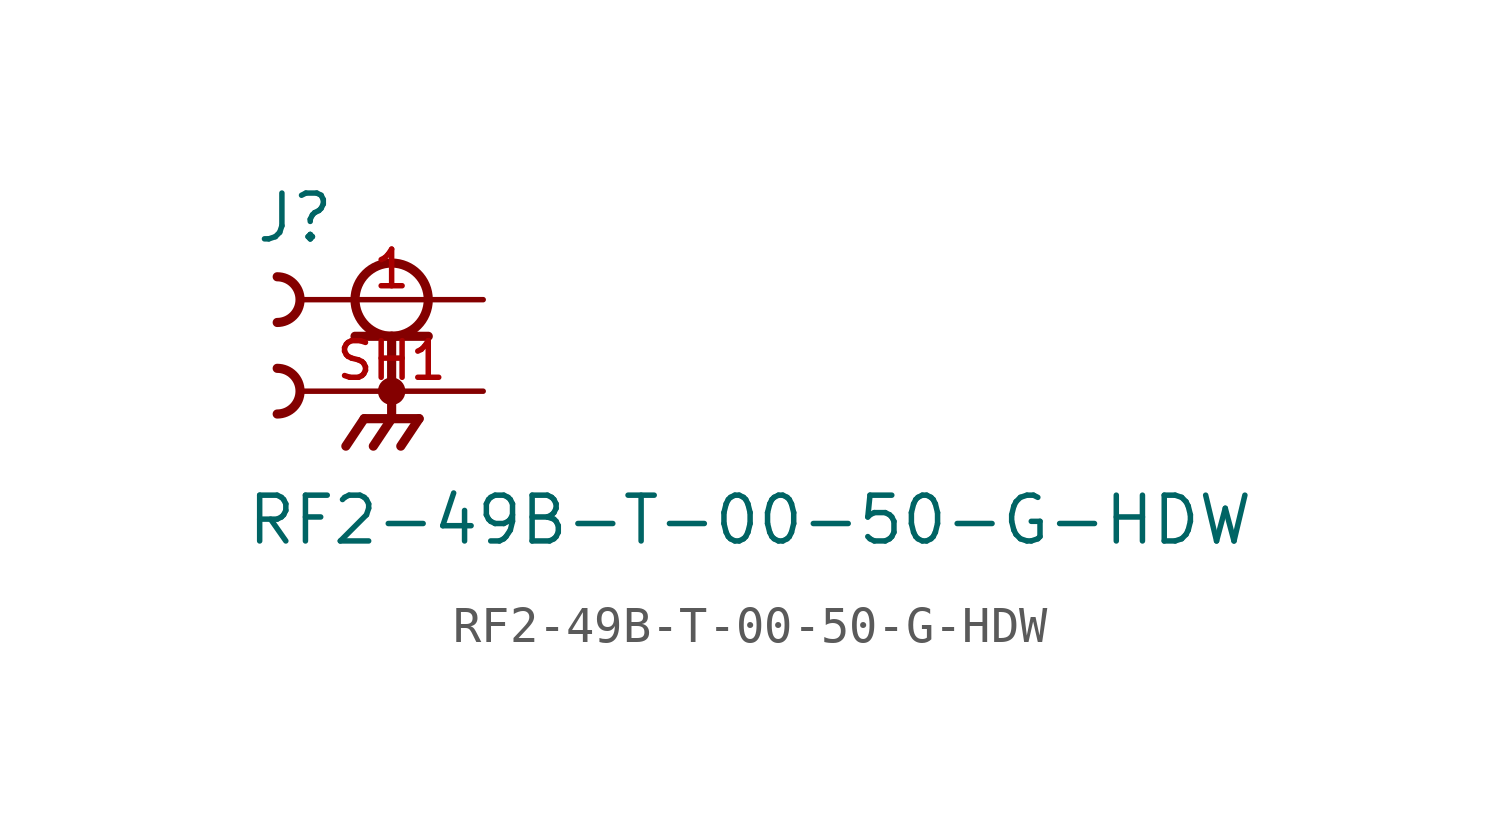
<source format=kicad_sym>
(kicad_symbol_lib
  (version 20211014)
  (generator kicad_symbol_editor)
  (symbol "RF2-49B-T-00-50-G-HDW"
    (pin_names
      (offset 1.016))
    (property "Reference" "J"
      (at -3.81 1.524 0)
      (effects (font (size 1.27 1.27)) (justify bottom left)))
    (property "Value" "RF2-49B-T-00-50-G-HDW"
      (at -4.064 -6.858 0)
      (effects (font (size 1.27 1.27)) (justify bottom left)))
    (symbol "RF2-49B-T-00-50-G-HDW_0_0"
      (circle (center 0.0 0.0) (radius 1.016) (stroke (width 0.254)) (fill (type none)))
      (polyline (pts (xy -1.016 -1.016) (xy 0.0 -1.016)) (stroke (width 0.254)))
      (polyline (pts (xy 0.0 -1.016) (xy 1.016 -1.016)) (stroke (width 0.254)))
      (polyline (pts (xy 0.0 -1.016) (xy 0.0 -3.302)) (stroke (width 0.254)))
      (circle (center 0.0 -2.54) (radius 0.254) (stroke (width 0.254)) (fill (type none)))
      (polyline (pts (xy 0.0 -3.302) (xy -0.762 -3.302)) (stroke (width 0.254)))
      (polyline (pts (xy 0.0 -3.302) (xy 0.762 -3.302)) (stroke (width 0.254)))
      (polyline (pts (xy -0.762 -3.302) (xy -1.27 -4.064)) (stroke (width 0.254)))
      (polyline (pts (xy 0.0 -3.302) (xy -0.508 -4.064)) (stroke (width 0.254)))
      (polyline (pts (xy 0.762 -3.302) (xy 0.254 -4.064)) (stroke (width 0.254)))
      (arc (start -3.175 0.635) (mid -2.54 -0.0) (end -3.175 -0.635) (stroke (width 0.254) (type default) (color 0 0 0 0)) (fill (type none)))
      (arc (start -3.175 -1.905) (mid -2.54 -2.54) (end -3.175 -3.175) (stroke (width 0.254) (type default) (color 0 0 0 0)) (fill (type none)))
      (pin passive line (at 2.54 0.0 180.0) (length 5.08) (name "~" (effects (font (size 1.016 1.016)))) (number "1" (effects (font (size 1.016 1.016)))))
      (pin passive line (at 2.54 -2.54 180.0) (length 5.08) (name "~" (effects (font (size 1.016 1.016)))) (number "SH1" (effects (font (size 1.016 1.016))))))))
</source>
